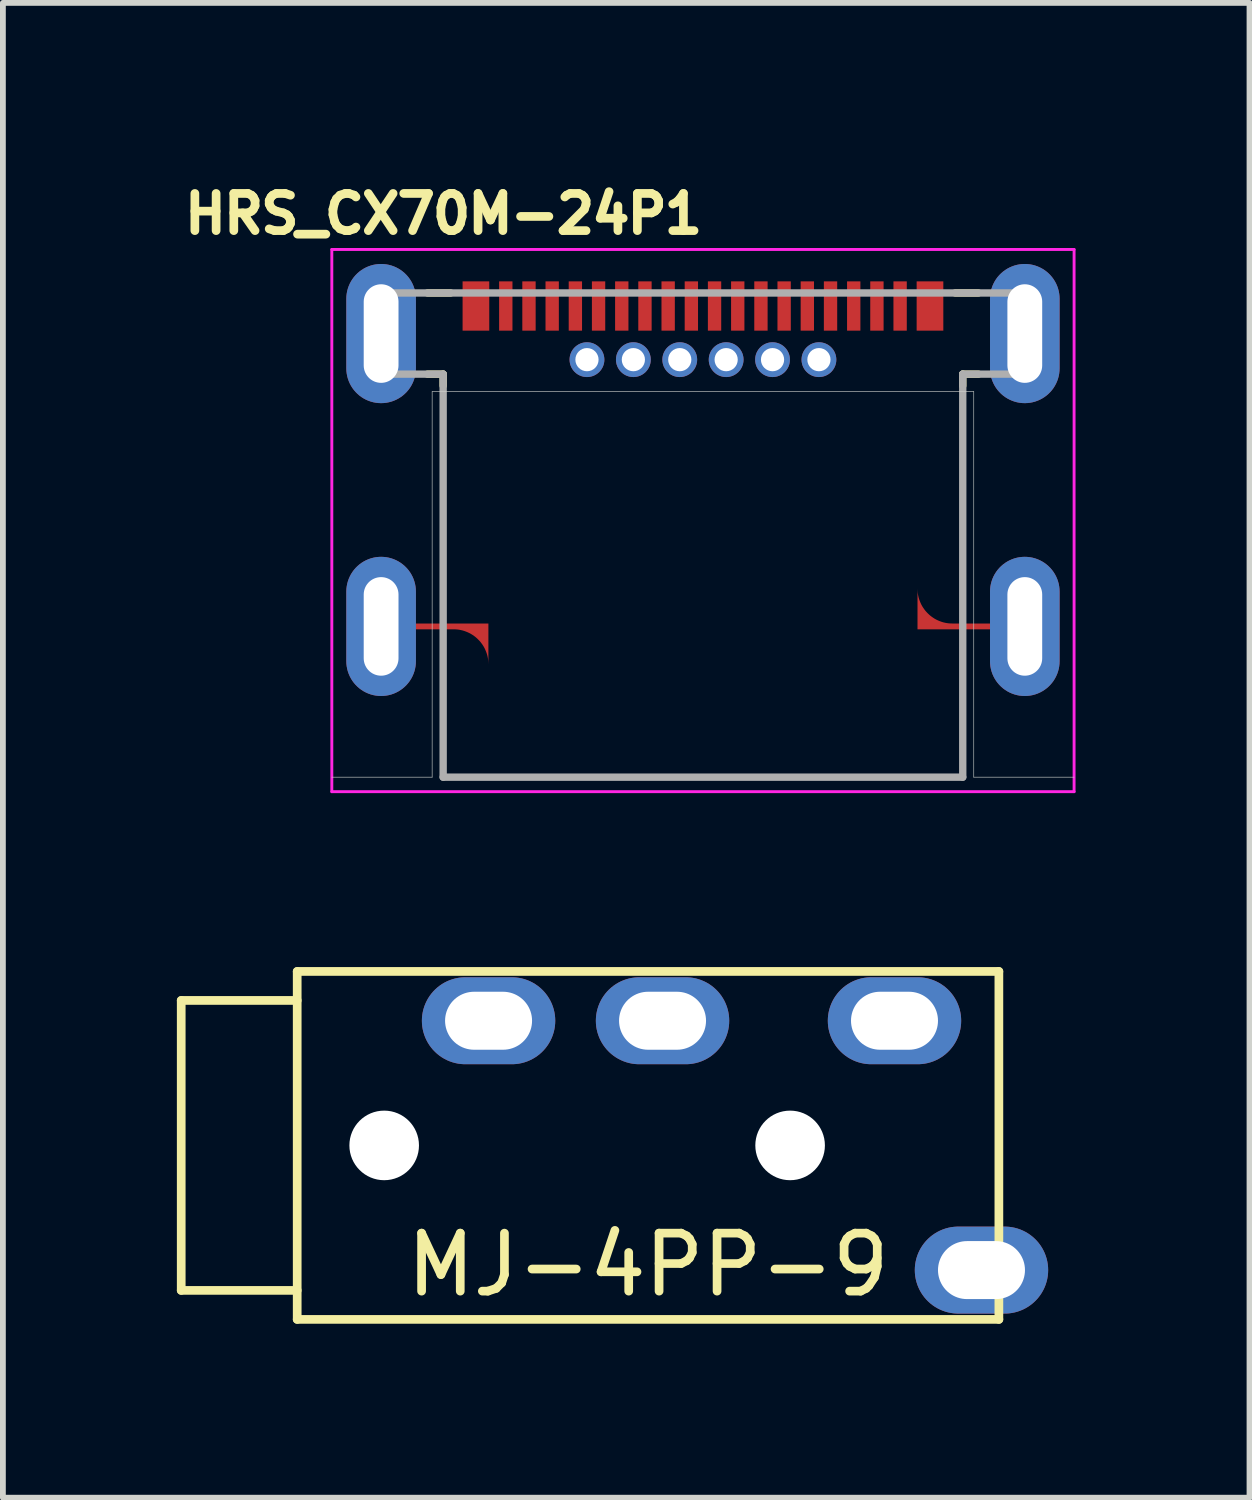
<source format=kicad_pcb>
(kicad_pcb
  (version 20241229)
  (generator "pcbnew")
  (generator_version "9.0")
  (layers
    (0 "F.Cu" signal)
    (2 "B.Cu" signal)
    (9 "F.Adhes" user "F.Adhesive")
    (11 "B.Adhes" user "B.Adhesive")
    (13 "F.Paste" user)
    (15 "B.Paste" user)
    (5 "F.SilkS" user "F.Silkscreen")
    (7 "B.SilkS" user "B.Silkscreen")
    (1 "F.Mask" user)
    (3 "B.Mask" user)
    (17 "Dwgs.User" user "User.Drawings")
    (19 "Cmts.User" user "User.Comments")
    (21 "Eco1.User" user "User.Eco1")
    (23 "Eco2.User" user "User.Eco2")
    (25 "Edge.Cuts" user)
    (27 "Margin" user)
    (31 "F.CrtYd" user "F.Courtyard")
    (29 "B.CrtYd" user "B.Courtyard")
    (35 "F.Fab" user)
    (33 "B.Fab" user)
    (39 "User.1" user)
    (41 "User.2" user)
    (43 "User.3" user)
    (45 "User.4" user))
  (footprint "HRS_CX70M-24P1"
    (layer "F.Cu")
    (at 9.072 7.752)
    (property "Reference" "HRS_CX70M-24P1" (at -4.473 -7.114 0) (layer "F.SilkS") (effects (font (size 0.641 0.641) (thickness 0.15))))
    (attr through_hole)
    (fp_poly (pts (xy -5.607 -1.3) (xy -4.75 -1.3) (xy -4.75 1.302) (xy -5.607 1.302)) (stroke (width 0.01) (type solid)) (fill yes) (layer "F.Mask"))
    (fp_poly (pts (xy 4.75 -1.3) (xy 5.55 -1.3) (xy 5.55 1.3) (xy 4.75 1.3)) (stroke (width 0.01) (type solid)) (fill yes) (layer "F.Mask"))
    (fp_line (start -4.75 -5.75) (end -4.35 -5.75) (stroke (width 0.127) (type solid)) (layer "F.SilkS"))
    (fp_line (start -4.75 -4.35) (end -4.48 -4.35) (stroke (width 0.127) (type solid)) (layer "F.SilkS"))
    (fp_line (start -4.48 -4.35) (end -4.48 -4.15) (stroke (width 0.127) (type solid)) (layer "F.SilkS"))
    (fp_line (start 4.35 -5.75) (end 4.75 -5.75) (stroke (width 0.127) (type solid)) (layer "F.SilkS"))
    (fp_line (start 4.48 -4.35) (end 4.48 -4.15) (stroke (width 0.127) (type solid)) (layer "F.SilkS"))
    (fp_line (start 4.75 -4.35) (end 4.48 -4.35) (stroke (width 0.127) (type solid)) (layer "F.SilkS"))
    (fp_poly (pts (xy -5.55 -1.2) (xy -4.85 -1.2) (xy -4.85 1.2) (xy -5.55 1.2) (xy -5.519 1.199) (xy -5.487 1.197) (xy -5.456 1.193) (xy -5.425 1.187) (xy -5.395 1.18) (xy -5.365 1.171) (xy -5.335 1.16) (xy -5.306 1.148) (xy -5.278 1.135) (xy -5.25 1.12) (xy -5.223 1.103) (xy -5.197 1.085) (xy -5.172 1.066) (xy -5.149 1.046) (xy -5.126 1.024) (xy -5.104 1.001) (xy -5.084 0.978) (xy -5.065 0.953) (xy -5.047 0.927) (xy -5.03 0.9) (xy -5.015 0.872) (xy -5.002 0.844) (xy -4.99 0.815) (xy -4.979 0.785) (xy -4.97 0.755) (xy -4.963 0.725) (xy -4.957 0.694) (xy -4.953 0.663) (xy -4.951 0.631) (xy -4.95 0.6) (xy -4.95 -0.6) (xy -4.951 -0.631) (xy -4.953 -0.663) (xy -4.957 -0.694) (xy -4.963 -0.725) (xy -4.97 -0.755) (xy -4.979 -0.785) (xy -4.99 -0.815) (xy -5.002 -0.844) (xy -5.015 -0.872) (xy -5.03 -0.9) (xy -5.047 -0.927) (xy -5.065 -0.953) (xy -5.084 -0.978) (xy -5.104 -1.001) (xy -5.126 -1.024) (xy -5.149 -1.046) (xy -5.172 -1.066) (xy -5.197 -1.085) (xy -5.223 -1.103) (xy -5.25 -1.12) (xy -5.278 -1.135) (xy -5.306 -1.148) (xy -5.335 -1.16) (xy -5.365 -1.171) (xy -5.395 -1.18) (xy -5.425 -1.187) (xy -5.456 -1.193) (xy -5.487 -1.197) (xy -5.519 -1.199) (xy -5.55 -1.2)) (stroke (width 0.0001) (type solid)) (fill yes) (layer "F.Paste"))
    (fp_poly (pts (xy 5.55 -1.2) (xy 4.85 -1.2) (xy 4.85 1.2) (xy 5.55 1.2) (xy 5.519 1.199) (xy 5.487 1.197) (xy 5.456 1.193) (xy 5.425 1.187) (xy 5.395 1.18) (xy 5.365 1.171) (xy 5.335 1.16) (xy 5.306 1.148) (xy 5.278 1.135) (xy 5.25 1.12) (xy 5.223 1.103) (xy 5.197 1.085) (xy 5.172 1.066) (xy 5.149 1.046) (xy 5.126 1.024) (xy 5.104 1.001) (xy 5.084 0.978) (xy 5.065 0.953) (xy 5.047 0.927) (xy 5.03 0.9) (xy 5.015 0.872) (xy 5.002 0.844) (xy 4.99 0.815) (xy 4.979 0.785) (xy 4.97 0.755) (xy 4.963 0.725) (xy 4.957 0.694) (xy 4.953 0.663) (xy 4.951 0.631) (xy 4.95 0.6) (xy 4.95 -0.6) (xy 4.951 -0.631) (xy 4.953 -0.663) (xy 4.957 -0.694) (xy 4.963 -0.725) (xy 4.97 -0.755) (xy 4.979 -0.785) (xy 4.99 -0.815) (xy 5.002 -0.844) (xy 5.015 -0.872) (xy 5.03 -0.9) (xy 5.047 -0.927) (xy 5.065 -0.953) (xy 5.084 -0.978) (xy 5.104 -1.001) (xy 5.126 -1.024) (xy 5.149 -1.046) (xy 5.172 -1.066) (xy 5.197 -1.085) (xy 5.223 -1.103) (xy 5.25 -1.12) (xy 5.278 -1.135) (xy 5.306 -1.148) (xy 5.335 -1.16) (xy 5.365 -1.171) (xy 5.395 -1.18) (xy 5.425 -1.187) (xy 5.456 -1.193) (xy 5.487 -1.197) (xy 5.519 -1.199) (xy 5.55 -1.2)) (stroke (width 0.0001) (type solid)) (fill yes) (layer "F.Paste"))
    (fp_line (start -6.4 2.6) (end -4.67 2.6) (stroke (width 0.01) (type solid)) (layer "Edge.Cuts"))
    (fp_line (start -4.67 -4.05) (end 4.67 -4.05) (stroke (width 0.01) (type solid)) (layer "Edge.Cuts"))
    (fp_line (start -4.67 2.6) (end -4.67 -4.05) (stroke (width 0.01) (type solid)) (layer "Edge.Cuts"))
    (fp_line (start 4.67 -4.05) (end 4.67 2.6) (stroke (width 0.01) (type solid)) (layer "Edge.Cuts"))
    (fp_line (start 4.67 2.6) (end 6.4 2.6) (stroke (width 0.01) (type solid)) (layer "Edge.Cuts"))
    (fp_line (start -6.4 -6.5) (end 6.4 -6.5) (stroke (width 0.05) (type solid)) (layer "F.CrtYd"))
    (fp_line (start -6.4 2.85) (end -6.4 -6.5) (stroke (width 0.05) (type solid)) (layer "F.CrtYd"))
    (fp_line (start 6.4 -6.5) (end 6.4 2.85) (stroke (width 0.05) (type solid)) (layer "F.CrtYd"))
    (fp_line (start 6.4 2.85) (end -6.4 2.85) (stroke (width 0.05) (type solid)) (layer "F.CrtYd"))
    (fp_line (start -5.7 -5.75) (end -5.7 -4.35) (stroke (width 0.127) (type solid)) (layer "F.Fab"))
    (fp_line (start -5.7 -5.75) (end 5.7 -5.75) (stroke (width 0.127) (type solid)) (layer "F.Fab"))
    (fp_line (start -5.7 -4.35) (end -4.48 -4.35) (stroke (width 0.127) (type solid)) (layer "F.Fab"))
    (fp_line (start -4.48 2.6) (end -4.48 -4.35) (stroke (width 0.127) (type solid)) (layer "F.Fab"))
    (fp_line (start 4.48 -4.35) (end 4.48 2.6) (stroke (width 0.127) (type solid)) (layer "F.Fab"))
    (fp_line (start 4.48 -4.35) (end 5.7 -4.35) (stroke (width 0.127) (type solid)) (layer "F.Fab"))
    (fp_line (start 4.48 2.6) (end -4.48 2.6) (stroke (width 0.127) (type solid)) (layer "F.Fab"))
    (fp_line (start 5.7 -5.75) (end 5.7 -4.35) (stroke (width 0.127) (type solid)) (layer "F.Fab"))
    (pad "A1" smd rect (at -2.2 -5.525 90) (size 0.85 0.23) (layers "F.Cu" "F.Mask" "F.Paste"))
    (pad "A2" smd rect (at -1.8 -5.525 90) (size 0.85 0.23) (layers "F.Cu" "F.Mask" "F.Paste"))
    (pad "A3" smd rect (at -1.4 -5.525 90) (size 0.85 0.23) (layers "F.Cu" "F.Mask" "F.Paste"))
    (pad "A4" smd rect (at -1 -5.525 90) (size 0.85 0.23) (layers "F.Cu" "F.Mask" "F.Paste"))
    (pad "A5" smd rect (at -0.6 -5.525 90) (size 0.85 0.23) (layers "F.Cu" "F.Mask" "F.Paste"))
    (pad "A6" smd rect (at -0.2 -5.525 90) (size 0.85 0.23) (layers "F.Cu" "F.Mask" "F.Paste"))
    (pad "A7" smd rect (at 0.2 -5.525 90) (size 0.85 0.23) (layers "F.Cu" "F.Mask" "F.Paste"))
    (pad "A8" smd rect (at 0.6 -5.525 90) (size 0.85 0.23) (layers "F.Cu" "F.Mask" "F.Paste"))
    (pad "A9" smd rect (at 1 -5.525 90) (size 0.85 0.23) (layers "F.Cu" "F.Mask" "F.Paste"))
    (pad "A10" smd rect (at 1.4 -5.525 90) (size 0.85 0.23) (layers "F.Cu" "F.Mask" "F.Paste"))
    (pad "A11" smd rect (at 1.8 -5.525 90) (size 0.85 0.23) (layers "F.Cu" "F.Mask" "F.Paste"))
    (pad "A12" smd rect (at 2.2 -5.525 90) (size 0.85 0.23) (layers "F.Cu" "F.Mask" "F.Paste"))
    (pad "B1" smd rect (at 3.4 -5.525 90) (size 0.85 0.23) (layers "F.Cu" "F.Mask" "F.Paste"))
    (pad "B2" smd rect (at 3 -5.525 90) (size 0.85 0.23) (layers "F.Cu" "F.Mask" "F.Paste"))
    (pad "B3" smd rect (at 2.6 -5.525 90) (size 0.85 0.23) (layers "F.Cu" "F.Mask" "F.Paste"))
    (pad "B4" thru_hole circle (at 2 -4.6) (size 0.6 0.6) (drill 0.4) (layers "*.Cu" "*.Mask"))
    (pad "B5" thru_hole circle (at 1.2 -4.6) (size 0.6 0.6) (drill 0.4) (layers "*.Cu" "*.Mask"))
    (pad "B6" thru_hole circle (at 0.4 -4.6) (size 0.6 0.6) (drill 0.4) (layers "*.Cu" "*.Mask"))
    (pad "B7" thru_hole circle (at -0.4 -4.6) (size 0.6 0.6) (drill 0.4) (layers "*.Cu" "*.Mask"))
    (pad "B8" thru_hole circle (at -1.2 -4.6) (size 0.6 0.6) (drill 0.4) (layers "*.Cu" "*.Mask"))
    (pad "B9" thru_hole circle (at -2 -4.6) (size 0.6 0.6) (drill 0.4) (layers "*.Cu" "*.Mask"))
    (pad "B10" smd rect (at -2.6 -5.525 90) (size 0.85 0.23) (layers "F.Cu" "F.Mask" "F.Paste"))
    (pad "B11" smd rect (at -3 -5.525 90) (size 0.85 0.23) (layers "F.Cu" "F.Mask" "F.Paste"))
    (pad "B12" smd rect (at -3.4 -5.525 90) (size 0.85 0.23) (layers "F.Cu" "F.Mask" "F.Paste"))
    (pad "S1" thru_hole oval (at -5.55 -5.05) (size 1.2 2.4) (drill oval 0.6 1.7) (layers "*.Cu" "*.Mask"))
    (pad "S2" smd rect (at -3.915 -5.525 90) (size 0.85 0.46) (layers "F.Cu" "F.Mask" "F.Paste"))
    (pad "S3" smd rect (at 3.915 -5.525 90) (size 0.85 0.46) (layers "F.Cu" "F.Mask" "F.Paste"))
    (pad "S4" thru_hole oval (at 5.55 -5.05) (size 1.2 2.4) (drill oval 0.6 1.7) (layers "*.Cu" "*.Mask"))
    (pad "S5" thru_hole oval (at -5.55 0) (size 1.2 2.4) (drill oval 0.6 1.7) (layers "*.Cu" "*.Mask"))
    (pad "S5.1" smd custom (at -4.9 0 90) (size 0.1 0.1) (layers "F.Cu") (options (anchor rect)) (primitives (gr_poly (pts (xy -0.65 -1.2) (xy 0.05 -1.2) (xy 0.05 1.2) (xy -0.65 1.2) (xy -0.619 1.199) (xy -0.587 1.197) (xy -0.556 1.193) (xy -0.525 1.187) (xy -0.495 1.18) (xy -0.465 1.171) (xy -0.435 1.16) (xy -0.406 1.148) (xy -0.378 1.135) (xy -0.35 1.12) (xy -0.323 1.103) (xy -0.297 1.085) (xy -0.272 1.066) (xy -0.249 1.046) (xy -0.226 1.024) (xy -0.204 1.001) (xy -0.184 0.978) (xy -0.165 0.953) (xy -0.147 0.927) (xy -0.13 0.9) (xy -0.115 0.872) (xy -0.102 0.844) (xy -0.09 0.815) (xy -0.079 0.785) (xy -0.07 0.755) (xy -0.063 0.725) (xy -0.057 0.694) (xy -0.053 0.663) (xy -0.051 0.631) (xy -0.05 0.6) (xy -0.05 -0.6) (xy -0.051 -0.631) (xy -0.053 -0.663) (xy -0.057 -0.694) (xy -0.063 -0.725) (xy -0.07 -0.755) (xy -0.079 -0.785) (xy -0.09 -0.815) (xy -0.102 -0.844) (xy -0.115 -0.872) (xy -0.13 -0.9) (xy -0.147 -0.927) (xy -0.165 -0.953) (xy -0.184 -0.978) (xy -0.204 -1.001) (xy -0.226 -1.024) (xy -0.249 -1.046) (xy -0.272 -1.066) (xy -0.297 -1.085) (xy -0.323 -1.103) (xy -0.35 -1.12) (xy -0.378 -1.135) (xy -0.406 -1.148) (xy -0.435 -1.16) (xy -0.465 -1.171) (xy -0.495 -1.18) (xy -0.525 -1.187) (xy -0.556 -1.193) (xy -0.587 -1.197) (xy -0.619 -1.199) (xy -0.65 -1.2)) (width 0.0001) (fill yes))))
    (pad "S6" thru_hole oval (at 5.55 0) (size 1.2 2.4) (drill oval 0.6 1.7) (layers "*.Cu" "*.Mask"))
    (pad "S6.1" smd custom (at 4.9 0 90) (size 0.1 0.1) (layers "F.Cu") (options (anchor rect)) (primitives (gr_poly (pts (xy 0.65 -1.2) (xy -0.05 -1.2) (xy -0.05 1.2) (xy 0.65 1.2) (xy 0.619 1.199) (xy 0.587 1.197) (xy 0.556 1.193) (xy 0.525 1.187) (xy 0.495 1.18) (xy 0.465 1.171) (xy 0.435 1.16) (xy 0.406 1.148) (xy 0.378 1.135) (xy 0.35 1.12) (xy 0.323 1.103) (xy 0.297 1.085) (xy 0.272 1.066) (xy 0.249 1.046) (xy 0.226 1.024) (xy 0.204 1.001) (xy 0.184 0.978) (xy 0.165 0.953) (xy 0.147 0.927) (xy 0.13 0.9) (xy 0.115 0.872) (xy 0.102 0.844) (xy 0.09 0.815) (xy 0.079 0.785) (xy 0.07 0.755) (xy 0.063 0.725) (xy 0.057 0.694) (xy 0.053 0.663) (xy 0.051 0.631) (xy 0.05 0.6) (xy 0.05 -0.6) (xy 0.051 -0.631) (xy 0.053 -0.663) (xy 0.057 -0.694) (xy 0.063 -0.725) (xy 0.07 -0.755) (xy 0.079 -0.785) (xy 0.09 -0.815) (xy 0.102 -0.844) (xy 0.115 -0.872) (xy 0.13 -0.9) (xy 0.147 -0.927) (xy 0.165 -0.953) (xy 0.184 -0.978) (xy 0.204 -1.001) (xy 0.226 -1.024) (xy 0.249 -1.046) (xy 0.272 -1.066) (xy 0.297 -1.085) (xy 0.323 -1.103) (xy 0.35 -1.12) (xy 0.378 -1.135) (xy 0.406 -1.148) (xy 0.435 -1.16) (xy 0.465 -1.171) (xy 0.495 -1.18) (xy 0.525 -1.187) (xy 0.556 -1.193) (xy 0.587 -1.197) (xy 0.619 -1.199) (xy 0.65 -1.2)) (width 0.0001) (fill yes)))))
  (footprint "MJ-4PP-9"
    (layer "F.Cu")
    (at 8.125 16.652)
    (property "Reference" "MJ-4PP-9" (at 0 2.108 0) (layer "F.SilkS") (effects (font (size 1 1) (thickness 0.15))))
    (attr through_hole)
    (fp_line (start -8.05 -2.45) (end -8.05 2.55) (stroke (width 0.15) (type solid)) (layer "F.SilkS"))
    (fp_line (start -8.05 -2.45) (end -6.05 -2.45) (stroke (width 0.15) (type solid)) (layer "F.SilkS"))
    (fp_line (start -8.05 2.55) (end -6.05 2.55) (stroke (width 0.15) (type solid)) (layer "F.SilkS"))
    (fp_line (start -6.05 -2.95) (end 6.05 -2.95) (stroke (width 0.15) (type solid)) (layer "F.SilkS"))
    (fp_line (start -6.05 3.05) (end -6.05 -2.95) (stroke (width 0.15) (type solid)) (layer "F.SilkS"))
    (fp_line (start 6.05 -2.95) (end 6.05 3.05) (stroke (width 0.15) (type solid)) (layer "F.SilkS"))
    (fp_line (start 6.05 3.05) (end -6.05 3.05) (stroke (width 0.15) (type solid)) (layer "F.SilkS"))
    (pad "" np_thru_hole circle (at -4.55 0.05) (size 1.2 1.2) (drill 1.2) (layers "*.Cu" "*.Mask"))
    (pad "" np_thru_hole circle (at 2.45 0.05) (size 1.2 1.2) (drill 1.2) (layers "*.Cu" "*.Mask"))
    (pad "1" thru_hole oval (at 5.75 2.2) (size 2.3 1.5) (drill oval 1.5 1) (layers "*.Cu" "*.Mask"))
    (pad "2" thru_hole oval (at -2.75 -2.1) (size 2.3 1.5) (drill oval 1.5 1) (layers "*.Cu" "*.Mask"))
    (pad "3" thru_hole oval (at 0.25 -2.1) (size 2.3 1.5) (drill oval 1.5 1) (layers "*.Cu" "*.Mask"))
    (pad "4" thru_hole oval (at 4.25 -2.1) (size 2.3 1.5) (drill oval 1.5 1) (layers "*.Cu" "*.Mask")))
  (gr_rect
    (start -3 -3)
    (end 18.497 22.777)
    (stroke (width 0.1) (type default))
    (fill no)
    (layer "Edge.Cuts")))
</source>
